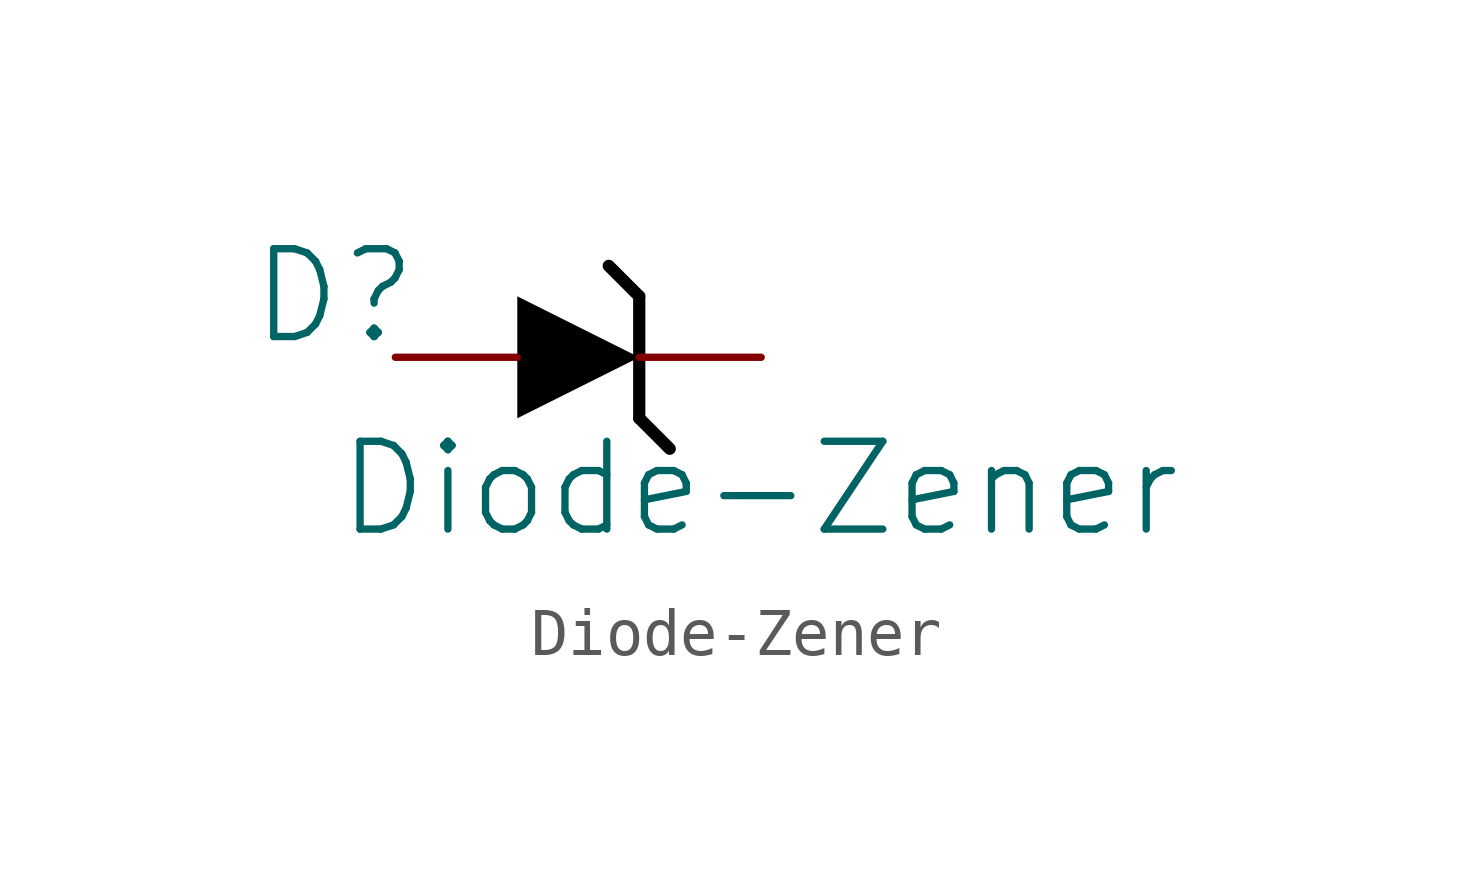
<source format=kicad_sym>
(kicad_symbol_lib
  (version 20231120)
  (generator "kicad_symbol_editor")
  (generator_version "8.0")
  (symbol "Diode-Zener"
    (property "Reference" "D"
      (at -1.27 1.27 0)
      (effects (font (size 1.829 1.829))))
    (property "Value" "Diode-Zener"
      (at -1.27 -3.81 0)
      (effects (font (size 1.829 1.829)) (justify left bottom)))
    (symbol "Diode-Zener_1_0"
      (polyline (pts (xy 5.08 -1.27) (xy 5.715 -1.905)) (stroke (width 0.254) (type solid) (color 0 0 0 1)) (fill (type none)))
      (polyline (pts (xy 5.08 1.27) (xy 4.445 1.905)) (stroke (width 0.254) (type solid) (color 0 0 0 1)) (fill (type none)))
      (polyline (pts (xy 5.08 1.27) (xy 5.08 -1.27)) (stroke (width 0.254) (type solid) (color 0 0 0 1)) (fill (type none)))
      (polyline (pts (xy 2.54 1.27) (xy 5.08 0) (xy 2.54 -1.27) (xy 2.54 1.27)) (stroke (width -0.0001) (type solid) (color 0 0 0 1)) (fill (type outline)))
      (pin passive line (at 0 0 0) (length 2.54) (name "Anode" (effects (font (size 0 0)))) (number "A" (effects (font (size 0 0)))))
      (pin passive line (at 7.62 0 180) (length 2.54) (name "Cathode" (effects (font (size 0 0)))) (number "K" (effects (font (size 0 0))))))))
</source>
